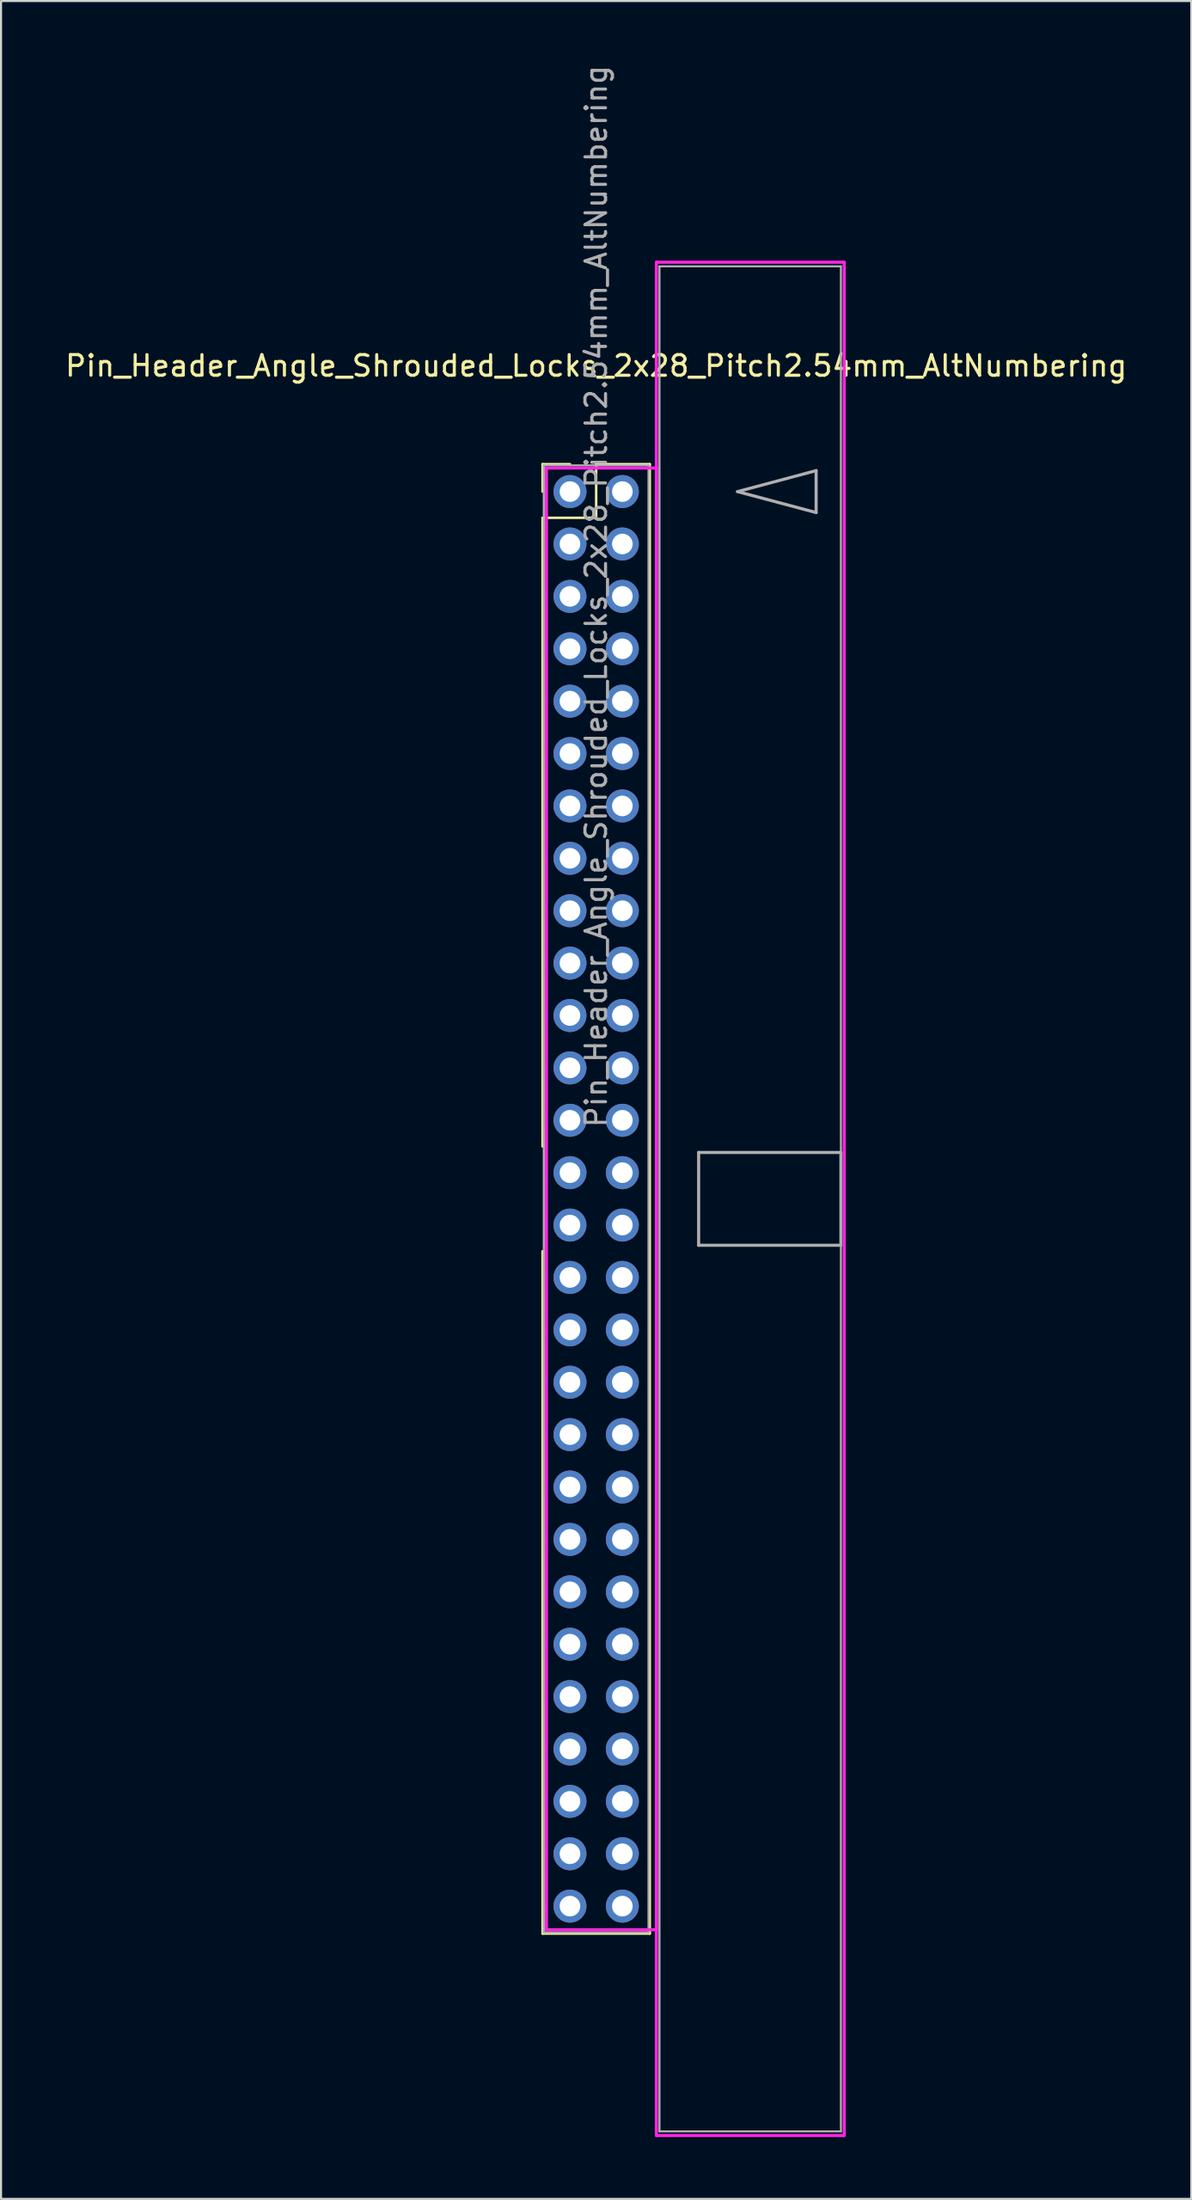
<source format=kicad_pcb>
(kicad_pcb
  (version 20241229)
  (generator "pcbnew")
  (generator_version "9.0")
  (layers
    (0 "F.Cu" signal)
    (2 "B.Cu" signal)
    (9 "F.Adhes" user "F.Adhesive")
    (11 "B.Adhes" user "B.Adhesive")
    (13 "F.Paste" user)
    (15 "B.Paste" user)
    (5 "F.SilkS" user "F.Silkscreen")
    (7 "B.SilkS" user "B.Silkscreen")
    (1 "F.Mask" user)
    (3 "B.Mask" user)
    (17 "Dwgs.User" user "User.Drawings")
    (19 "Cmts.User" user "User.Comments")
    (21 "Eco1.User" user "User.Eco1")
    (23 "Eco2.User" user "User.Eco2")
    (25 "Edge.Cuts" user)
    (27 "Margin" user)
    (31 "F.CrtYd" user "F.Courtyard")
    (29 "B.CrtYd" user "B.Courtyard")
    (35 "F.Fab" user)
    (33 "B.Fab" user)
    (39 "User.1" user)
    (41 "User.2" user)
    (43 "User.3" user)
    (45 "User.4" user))
  (footprint "Pin_Header_Angle_Shrouded_Locks_2x28_Pitch2.54mm_AltNumbering"
    (layer "F.Cu")
    (at 24.593 20.783)
    (property "Reference" "Pin_Header_Angle_Shrouded_Locks_2x28_Pitch2.54mm_AltNumbering" (at 1.27 -6.096 0) (layer "F.SilkS") (effects (font (size 1 1) (thickness 0.15))))
    (attr through_hole)
    (fp_line (start -1.33 -1.33) (end 0 -1.33) (stroke (width 0.12) (type solid)) (layer "F.SilkS"))
    (fp_line (start -1.33 0) (end -1.33 -1.33) (stroke (width 0.12) (type solid)) (layer "F.SilkS"))
    (fp_line (start -1.33 1.27) (end -1.33 31.75) (stroke (width 0.12) (type solid)) (layer "F.SilkS"))
    (fp_line (start -1.33 1.27) (end 1.27 1.27) (stroke (width 0.12) (type solid)) (layer "F.SilkS"))
    (fp_line (start -1.33 36.83) (end -1.33 69.91) (stroke (width 0.12) (type solid)) (layer "F.SilkS"))
    (fp_line (start -1.33 69.91) (end 3.87 69.91) (stroke (width 0.12) (type solid)) (layer "F.SilkS"))
    (fp_line (start 1.27 -1.33) (end 3.87 -1.33) (stroke (width 0.12) (type solid)) (layer "F.SilkS"))
    (fp_line (start 1.27 1.27) (end 1.27 -1.33) (stroke (width 0.12) (type solid)) (layer "F.SilkS"))
    (fp_line (start 3.87 -1.33) (end 3.87 69.91) (stroke (width 0.12) (type solid)) (layer "F.SilkS"))
    (fp_line (start -1.143 -1.143) (end -1.143 69.723) (stroke (width 0.15) (type solid)) (layer "F.CrtYd"))
    (fp_line (start -1.143 69.723) (end 4.19 69.723) (stroke (width 0.15) (type solid)) (layer "F.CrtYd"))
    (fp_line (start 4.19 -11.12) (end 4.19 79.7) (stroke (width 0.15) (type solid)) (layer "F.CrtYd"))
    (fp_line (start 4.19 -1.143) (end -1.143 -1.143) (stroke (width 0.15) (type solid)) (layer "F.CrtYd"))
    (fp_line (start 4.19 69.723) (end 4.19 -1.143) (stroke (width 0.15) (type solid)) (layer "F.CrtYd"))
    (fp_line (start 4.19 79.7) (end 13.3 79.7) (stroke (width 0.15) (type solid)) (layer "F.CrtYd"))
    (fp_line (start 13.3 -11.12) (end 4.19 -11.12) (stroke (width 0.15) (type solid)) (layer "F.CrtYd"))
    (fp_line (start 13.3 79.7) (end 13.3 -11.12) (stroke (width 0.15) (type solid)) (layer "F.CrtYd"))
    (fp_line (start -1.27 -1.27) (end -1.27 69.85) (stroke (width 0.1) (type solid)) (layer "F.Fab"))
    (fp_line (start -1.27 69.85) (end 3.81 69.85) (stroke (width 0.1) (type solid)) (layer "F.Fab"))
    (fp_line (start 3.81 -1.27) (end -1.27 -1.27) (stroke (width 0.1) (type solid)) (layer "F.Fab"))
    (fp_line (start 3.81 69.85) (end 3.81 -1.27) (stroke (width 0.1) (type solid)) (layer "F.Fab"))
    (fp_line (start 4.34 -10.92) (end 4.34 79.5) (stroke (width 0.1) (type solid)) (layer "F.Fab"))
    (fp_line (start 4.34 79.5) (end 13.14 79.5) (stroke (width 0.1) (type solid)) (layer "F.Fab"))
    (fp_line (start 6.24 32.04) (end 6.24 36.54) (stroke (width 0.15) (type solid)) (layer "F.Fab"))
    (fp_line (start 6.24 36.54) (end 13.14 36.54) (stroke (width 0.15) (type solid)) (layer "F.Fab"))
    (fp_line (start 8.128 0) (end 11.938 -1.016) (stroke (width 0.15) (type solid)) (layer "F.Fab"))
    (fp_line (start 11.938 -1.016) (end 11.938 1.016) (stroke (width 0.15) (type solid)) (layer "F.Fab"))
    (fp_line (start 11.938 1.016) (end 8.128 0) (stroke (width 0.15) (type solid)) (layer "F.Fab"))
    (fp_line (start 13.14 -10.92) (end 4.34 -10.92) (stroke (width 0.1) (type solid)) (layer "F.Fab"))
    (fp_line (start 13.14 32.04) (end 6.24 32.04) (stroke (width 0.15) (type solid)) (layer "F.Fab"))
    (fp_line (start 13.14 36.54) (end 13.14 32.04) (stroke (width 0.15) (type solid)) (layer "F.Fab"))
    (fp_line (start 13.14 79.5) (end 13.14 -10.92) (stroke (width 0.1) (type solid)) (layer "F.Fab"))
    (fp_text user "${REFERENCE}" (at 1.27 5.08 90) (layer "F.Fab") (effects (font (size 1 1) (thickness 0.15))))
    (pad "1" thru_hole oval (at 0 0) (size 1.6 1.6) (drill 1) (layers "*.Cu" "*.Mask"))
    (pad "2" thru_hole oval (at 0 2.54) (size 1.6 1.6) (drill 1) (layers "*.Cu" "*.Mask"))
    (pad "3" thru_hole oval (at 0 5.08) (size 1.6 1.6) (drill 1) (layers "*.Cu" "*.Mask"))
    (pad "4" thru_hole oval (at 0 7.62) (size 1.6 1.6) (drill 1) (layers "*.Cu" "*.Mask"))
    (pad "5" thru_hole oval (at 0 10.16) (size 1.6 1.6) (drill 1) (layers "*.Cu" "*.Mask"))
    (pad "6" thru_hole oval (at 0 12.7) (size 1.6 1.6) (drill 1) (layers "*.Cu" "*.Mask"))
    (pad "7" thru_hole oval (at 0 15.24) (size 1.6 1.6) (drill 1) (layers "*.Cu" "*.Mask"))
    (pad "8" thru_hole oval (at 0 17.78) (size 1.6 1.6) (drill 1) (layers "*.Cu" "*.Mask"))
    (pad "9" thru_hole oval (at 0 20.32) (size 1.6 1.6) (drill 1) (layers "*.Cu" "*.Mask"))
    (pad "10" thru_hole oval (at 0 22.86) (size 1.6 1.6) (drill 1) (layers "*.Cu" "*.Mask"))
    (pad "11" thru_hole oval (at 0 25.4) (size 1.6 1.6) (drill 1) (layers "*.Cu" "*.Mask"))
    (pad "12" thru_hole oval (at 0 27.94) (size 1.6 1.6) (drill 1) (layers "*.Cu" "*.Mask"))
    (pad "13" thru_hole oval (at 0 30.48) (size 1.6 1.6) (drill 1) (layers "*.Cu" "*.Mask"))
    (pad "14" thru_hole oval (at 0 33.02) (size 1.6 1.6) (drill 1) (layers "*.Cu" "*.Mask"))
    (pad "15" thru_hole oval (at 0 35.56) (size 1.6 1.6) (drill 1) (layers "*.Cu" "*.Mask"))
    (pad "16" thru_hole oval (at 0 38.1) (size 1.6 1.6) (drill 1) (layers "*.Cu" "*.Mask"))
    (pad "17" thru_hole oval (at 0 40.64) (size 1.6 1.6) (drill 1) (layers "*.Cu" "*.Mask"))
    (pad "18" thru_hole oval (at 0 43.18) (size 1.6 1.6) (drill 1) (layers "*.Cu" "*.Mask"))
    (pad "19" thru_hole oval (at 0 45.72) (size 1.6 1.6) (drill 1) (layers "*.Cu" "*.Mask"))
    (pad "20" thru_hole oval (at 0 48.26) (size 1.6 1.6) (drill 1) (layers "*.Cu" "*.Mask"))
    (pad "21" thru_hole oval (at 0 50.8) (size 1.6 1.6) (drill 1) (layers "*.Cu" "*.Mask"))
    (pad "22" thru_hole oval (at 0 53.34) (size 1.6 1.6) (drill 1) (layers "*.Cu" "*.Mask"))
    (pad "23" thru_hole oval (at 0 55.88) (size 1.6 1.6) (drill 1) (layers "*.Cu" "*.Mask"))
    (pad "24" thru_hole oval (at 0 58.42) (size 1.6 1.6) (drill 1) (layers "*.Cu" "*.Mask"))
    (pad "25" thru_hole oval (at 0 60.96) (size 1.6 1.6) (drill 1) (layers "*.Cu" "*.Mask"))
    (pad "26" thru_hole oval (at 0 63.5) (size 1.6 1.6) (drill 1) (layers "*.Cu" "*.Mask"))
    (pad "27" thru_hole oval (at 0 66.04) (size 1.6 1.6) (drill 1) (layers "*.Cu" "*.Mask"))
    (pad "28" thru_hole oval (at 0 68.58) (size 1.6 1.6) (drill 1) (layers "*.Cu" "*.Mask"))
    (pad "29" thru_hole oval (at 2.54 0) (size 1.6 1.6) (drill 1) (layers "*.Cu" "*.Mask"))
    (pad "30" thru_hole oval (at 2.54 2.54) (size 1.6 1.6) (drill 1) (layers "*.Cu" "*.Mask"))
    (pad "31" thru_hole oval (at 2.54 5.08) (size 1.6 1.6) (drill 1) (layers "*.Cu" "*.Mask"))
    (pad "32" thru_hole oval (at 2.54 7.62) (size 1.6 1.6) (drill 1) (layers "*.Cu" "*.Mask"))
    (pad "33" thru_hole oval (at 2.54 10.16) (size 1.6 1.6) (drill 1) (layers "*.Cu" "*.Mask"))
    (pad "34" thru_hole oval (at 2.54 12.7) (size 1.6 1.6) (drill 1) (layers "*.Cu" "*.Mask"))
    (pad "35" thru_hole oval (at 2.54 15.24) (size 1.6 1.6) (drill 1) (layers "*.Cu" "*.Mask"))
    (pad "36" thru_hole oval (at 2.54 17.78) (size 1.6 1.6) (drill 1) (layers "*.Cu" "*.Mask"))
    (pad "37" thru_hole oval (at 2.54 20.32) (size 1.6 1.6) (drill 1) (layers "*.Cu" "*.Mask"))
    (pad "38" thru_hole oval (at 2.54 22.86) (size 1.6 1.6) (drill 1) (layers "*.Cu" "*.Mask"))
    (pad "39" thru_hole oval (at 2.54 25.4) (size 1.6 1.6) (drill 1) (layers "*.Cu" "*.Mask"))
    (pad "40" thru_hole oval (at 2.54 27.94) (size 1.6 1.6) (drill 1) (layers "*.Cu" "*.Mask"))
    (pad "41" thru_hole oval (at 2.54 30.48) (size 1.6 1.6) (drill 1) (layers "*.Cu" "*.Mask"))
    (pad "42" thru_hole oval (at 2.54 33.02) (size 1.6 1.6) (drill 1) (layers "*.Cu" "*.Mask"))
    (pad "43" thru_hole oval (at 2.54 35.56) (size 1.6 1.6) (drill 1) (layers "*.Cu" "*.Mask"))
    (pad "44" thru_hole oval (at 2.54 38.1) (size 1.6 1.6) (drill 1) (layers "*.Cu" "*.Mask"))
    (pad "45" thru_hole oval (at 2.54 40.64) (size 1.6 1.6) (drill 1) (layers "*.Cu" "*.Mask"))
    (pad "46" thru_hole oval (at 2.54 43.18) (size 1.6 1.6) (drill 1) (layers "*.Cu" "*.Mask"))
    (pad "47" thru_hole oval (at 2.54 45.72) (size 1.6 1.6) (drill 1) (layers "*.Cu" "*.Mask"))
    (pad "48" thru_hole oval (at 2.54 48.26) (size 1.6 1.6) (drill 1) (layers "*.Cu" "*.Mask"))
    (pad "49" thru_hole oval (at 2.54 50.8) (size 1.6 1.6) (drill 1) (layers "*.Cu" "*.Mask"))
    (pad "50" thru_hole oval (at 2.54 53.34) (size 1.6 1.6) (drill 1) (layers "*.Cu" "*.Mask"))
    (pad "51" thru_hole oval (at 2.54 55.88) (size 1.6 1.6) (drill 1) (layers "*.Cu" "*.Mask"))
    (pad "52" thru_hole oval (at 2.54 58.42) (size 1.6 1.6) (drill 1) (layers "*.Cu" "*.Mask"))
    (pad "53" thru_hole oval (at 2.54 60.96) (size 1.6 1.6) (drill 1) (layers "*.Cu" "*.Mask"))
    (pad "54" thru_hole oval (at 2.54 63.5) (size 1.6 1.6) (drill 1) (layers "*.Cu" "*.Mask"))
    (pad "55" thru_hole oval (at 2.54 66.04) (size 1.6 1.6) (drill 1) (layers "*.Cu" "*.Mask"))
    (pad "56" thru_hole oval (at 2.54 68.58) (size 1.6 1.6) (drill 1) (layers "*.Cu" "*.Mask")))
  (gr_rect
    (start -3 -3)
    (end 54.726 103.558)
    (stroke (width 0.1) (type default))
    (fill no)
    (layer "Edge.Cuts")))
</source>
